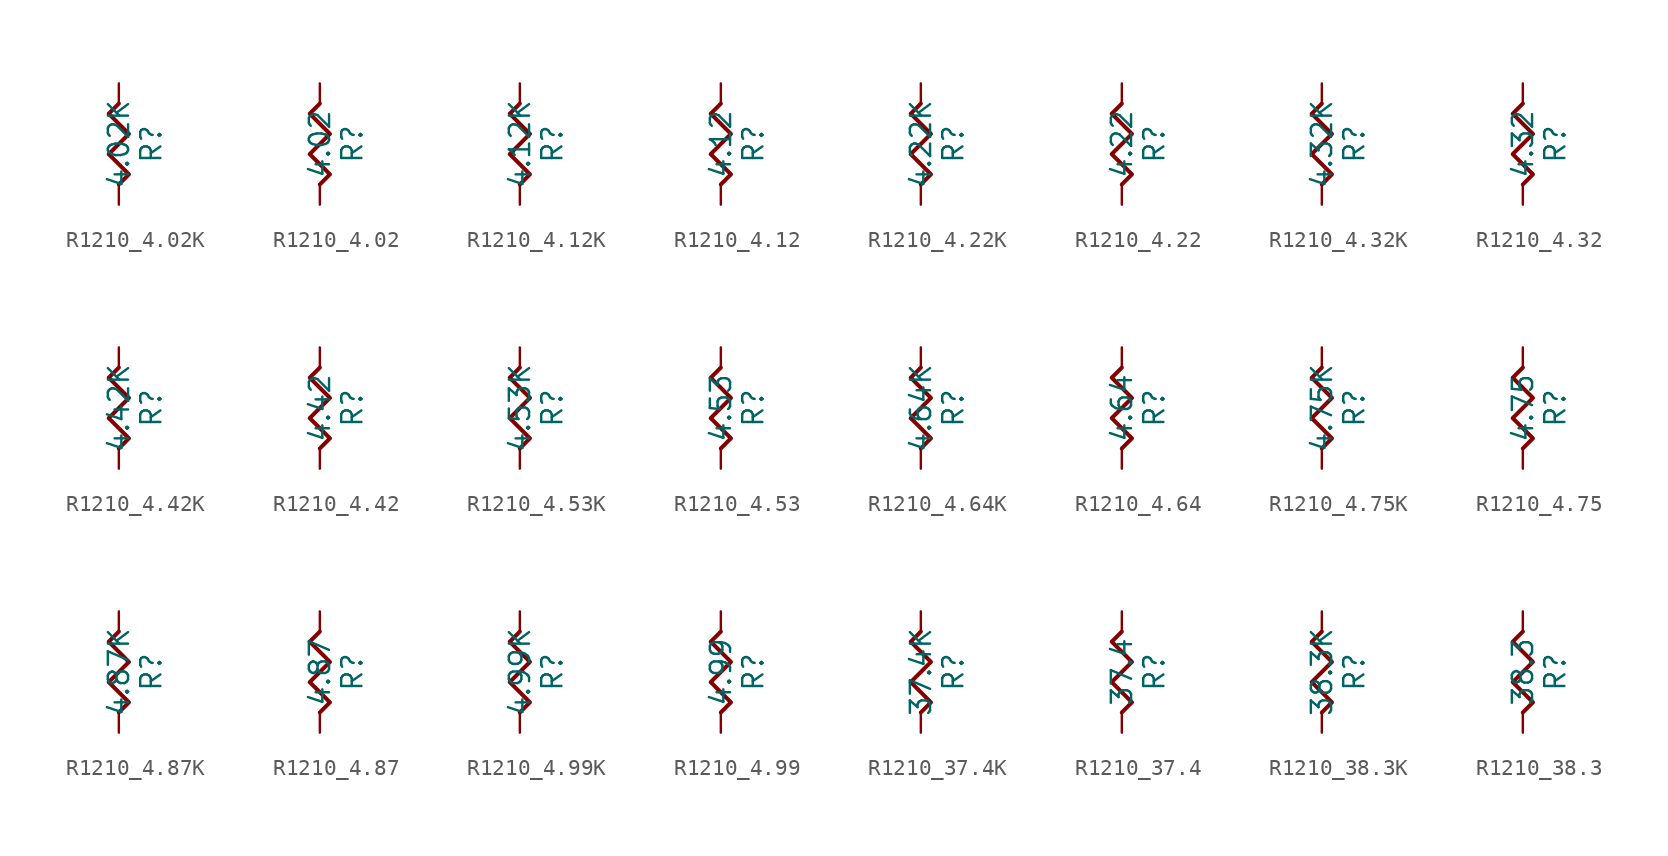
<source format=kicad_sym>
(kicad_symbol_lib
  (version 20211014)
  (generator atlantix-eda)
  (symbol "R1210_4.02K"
    (pin_numbers hide)
    (pin_names
      (offset 0))
    (property "Reference" "R"
      (at 2.032 0 90)
      (effects (font (size 1.27 1.27))))
    (property "Value" "4.02K"
      (at 0 0 90)
      (effects (font (size 1.27 1.27))))
    (symbol "R1210_4.02K_0_1"
      (polyline (pts (xy 0 -2.54) (xy 0.635 -1.905) (xy -0.635 -0.635) (xy 0.635 0.635) (xy -0.635 1.905) (xy 0 2.54)) (stroke (width 0.254) (type default) (color 0 0 0 0)) (fill (type none))))
    (symbol "R1210_4.02K_1_1"
      (pin passive line (at 0 3.81 270) (length 1.27) (name "~" (effects (font (size 1.27 1.27)))) (number "1" (effects (font (size 1.27 1.27)))))
      (pin passive line (at 0 -3.81 90) (length 1.27) (name "~" (effects (font (size 1.27 1.27)))) (number "2" (effects (font (size 1.27 1.27)))))))
  (symbol "R1210_4.02"
    (pin_numbers hide)
    (pin_names
      (offset 0))
    (property "Reference" "R"
      (at 2.032 0 90)
      (effects (font (size 1.27 1.27))))
    (property "Value" "4.02"
      (at 0 0 90)
      (effects (font (size 1.27 1.27))))
    (symbol "R1210_4.02_0_1"
      (polyline (pts (xy 0 -2.54) (xy 0.635 -1.905) (xy -0.635 -0.635) (xy 0.635 0.635) (xy -0.635 1.905) (xy 0 2.54)) (stroke (width 0.254) (type default) (color 0 0 0 0)) (fill (type none))))
    (symbol "R1210_4.02_1_1"
      (pin passive line (at 0 3.81 270) (length 1.27) (name "~" (effects (font (size 1.27 1.27)))) (number "1" (effects (font (size 1.27 1.27)))))
      (pin passive line (at 0 -3.81 90) (length 1.27) (name "~" (effects (font (size 1.27 1.27)))) (number "2" (effects (font (size 1.27 1.27)))))))
  (symbol "R1210_4.12K"
    (pin_numbers hide)
    (pin_names
      (offset 0))
    (property "Reference" "R"
      (at 2.032 0 90)
      (effects (font (size 1.27 1.27))))
    (property "Value" "4.12K"
      (at 0 0 90)
      (effects (font (size 1.27 1.27))))
    (symbol "R1210_4.12K_0_1"
      (polyline (pts (xy 0 -2.54) (xy 0.635 -1.905) (xy -0.635 -0.635) (xy 0.635 0.635) (xy -0.635 1.905) (xy 0 2.54)) (stroke (width 0.254) (type default) (color 0 0 0 0)) (fill (type none))))
    (symbol "R1210_4.12K_1_1"
      (pin passive line (at 0 3.81 270) (length 1.27) (name "~" (effects (font (size 1.27 1.27)))) (number "1" (effects (font (size 1.27 1.27)))))
      (pin passive line (at 0 -3.81 90) (length 1.27) (name "~" (effects (font (size 1.27 1.27)))) (number "2" (effects (font (size 1.27 1.27)))))))
  (symbol "R1210_4.12"
    (pin_numbers hide)
    (pin_names
      (offset 0))
    (property "Reference" "R"
      (at 2.032 0 90)
      (effects (font (size 1.27 1.27))))
    (property "Value" "4.12"
      (at 0 0 90)
      (effects (font (size 1.27 1.27))))
    (symbol "R1210_4.12_0_1"
      (polyline (pts (xy 0 -2.54) (xy 0.635 -1.905) (xy -0.635 -0.635) (xy 0.635 0.635) (xy -0.635 1.905) (xy 0 2.54)) (stroke (width 0.254) (type default) (color 0 0 0 0)) (fill (type none))))
    (symbol "R1210_4.12_1_1"
      (pin passive line (at 0 3.81 270) (length 1.27) (name "~" (effects (font (size 1.27 1.27)))) (number "1" (effects (font (size 1.27 1.27)))))
      (pin passive line (at 0 -3.81 90) (length 1.27) (name "~" (effects (font (size 1.27 1.27)))) (number "2" (effects (font (size 1.27 1.27)))))))
  (symbol "R1210_4.22K"
    (pin_numbers hide)
    (pin_names
      (offset 0))
    (property "Reference" "R"
      (at 2.032 0 90)
      (effects (font (size 1.27 1.27))))
    (property "Value" "4.22K"
      (at 0 0 90)
      (effects (font (size 1.27 1.27))))
    (symbol "R1210_4.22K_0_1"
      (polyline (pts (xy 0 -2.54) (xy 0.635 -1.905) (xy -0.635 -0.635) (xy 0.635 0.635) (xy -0.635 1.905) (xy 0 2.54)) (stroke (width 0.254) (type default) (color 0 0 0 0)) (fill (type none))))
    (symbol "R1210_4.22K_1_1"
      (pin passive line (at 0 3.81 270) (length 1.27) (name "~" (effects (font (size 1.27 1.27)))) (number "1" (effects (font (size 1.27 1.27)))))
      (pin passive line (at 0 -3.81 90) (length 1.27) (name "~" (effects (font (size 1.27 1.27)))) (number "2" (effects (font (size 1.27 1.27)))))))
  (symbol "R1210_4.22"
    (pin_numbers hide)
    (pin_names
      (offset 0))
    (property "Reference" "R"
      (at 2.032 0 90)
      (effects (font (size 1.27 1.27))))
    (property "Value" "4.22"
      (at 0 0 90)
      (effects (font (size 1.27 1.27))))
    (symbol "R1210_4.22_0_1"
      (polyline (pts (xy 0 -2.54) (xy 0.635 -1.905) (xy -0.635 -0.635) (xy 0.635 0.635) (xy -0.635 1.905) (xy 0 2.54)) (stroke (width 0.254) (type default) (color 0 0 0 0)) (fill (type none))))
    (symbol "R1210_4.22_1_1"
      (pin passive line (at 0 3.81 270) (length 1.27) (name "~" (effects (font (size 1.27 1.27)))) (number "1" (effects (font (size 1.27 1.27)))))
      (pin passive line (at 0 -3.81 90) (length 1.27) (name "~" (effects (font (size 1.27 1.27)))) (number "2" (effects (font (size 1.27 1.27)))))))
  (symbol "R1210_4.32K"
    (pin_numbers hide)
    (pin_names
      (offset 0))
    (property "Reference" "R"
      (at 2.032 0 90)
      (effects (font (size 1.27 1.27))))
    (property "Value" "4.32K"
      (at 0 0 90)
      (effects (font (size 1.27 1.27))))
    (symbol "R1210_4.32K_0_1"
      (polyline (pts (xy 0 -2.54) (xy 0.635 -1.905) (xy -0.635 -0.635) (xy 0.635 0.635) (xy -0.635 1.905) (xy 0 2.54)) (stroke (width 0.254) (type default) (color 0 0 0 0)) (fill (type none))))
    (symbol "R1210_4.32K_1_1"
      (pin passive line (at 0 3.81 270) (length 1.27) (name "~" (effects (font (size 1.27 1.27)))) (number "1" (effects (font (size 1.27 1.27)))))
      (pin passive line (at 0 -3.81 90) (length 1.27) (name "~" (effects (font (size 1.27 1.27)))) (number "2" (effects (font (size 1.27 1.27)))))))
  (symbol "R1210_4.32"
    (pin_numbers hide)
    (pin_names
      (offset 0))
    (property "Reference" "R"
      (at 2.032 0 90)
      (effects (font (size 1.27 1.27))))
    (property "Value" "4.32"
      (at 0 0 90)
      (effects (font (size 1.27 1.27))))
    (symbol "R1210_4.32_0_1"
      (polyline (pts (xy 0 -2.54) (xy 0.635 -1.905) (xy -0.635 -0.635) (xy 0.635 0.635) (xy -0.635 1.905) (xy 0 2.54)) (stroke (width 0.254) (type default) (color 0 0 0 0)) (fill (type none))))
    (symbol "R1210_4.32_1_1"
      (pin passive line (at 0 3.81 270) (length 1.27) (name "~" (effects (font (size 1.27 1.27)))) (number "1" (effects (font (size 1.27 1.27)))))
      (pin passive line (at 0 -3.81 90) (length 1.27) (name "~" (effects (font (size 1.27 1.27)))) (number "2" (effects (font (size 1.27 1.27)))))))
  (symbol "R1210_4.42K"
    (pin_numbers hide)
    (pin_names
      (offset 0))
    (property "Reference" "R"
      (at 2.032 0 90)
      (effects (font (size 1.27 1.27))))
    (property "Value" "4.42K"
      (at 0 0 90)
      (effects (font (size 1.27 1.27))))
    (symbol "R1210_4.42K_0_1"
      (polyline (pts (xy 0 -2.54) (xy 0.635 -1.905) (xy -0.635 -0.635) (xy 0.635 0.635) (xy -0.635 1.905) (xy 0 2.54)) (stroke (width 0.254) (type default) (color 0 0 0 0)) (fill (type none))))
    (symbol "R1210_4.42K_1_1"
      (pin passive line (at 0 3.81 270) (length 1.27) (name "~" (effects (font (size 1.27 1.27)))) (number "1" (effects (font (size 1.27 1.27)))))
      (pin passive line (at 0 -3.81 90) (length 1.27) (name "~" (effects (font (size 1.27 1.27)))) (number "2" (effects (font (size 1.27 1.27)))))))
  (symbol "R1210_4.42"
    (pin_numbers hide)
    (pin_names
      (offset 0))
    (property "Reference" "R"
      (at 2.032 0 90)
      (effects (font (size 1.27 1.27))))
    (property "Value" "4.42"
      (at 0 0 90)
      (effects (font (size 1.27 1.27))))
    (symbol "R1210_4.42_0_1"
      (polyline (pts (xy 0 -2.54) (xy 0.635 -1.905) (xy -0.635 -0.635) (xy 0.635 0.635) (xy -0.635 1.905) (xy 0 2.54)) (stroke (width 0.254) (type default) (color 0 0 0 0)) (fill (type none))))
    (symbol "R1210_4.42_1_1"
      (pin passive line (at 0 3.81 270) (length 1.27) (name "~" (effects (font (size 1.27 1.27)))) (number "1" (effects (font (size 1.27 1.27)))))
      (pin passive line (at 0 -3.81 90) (length 1.27) (name "~" (effects (font (size 1.27 1.27)))) (number "2" (effects (font (size 1.27 1.27)))))))
  (symbol "R1210_4.53K"
    (pin_numbers hide)
    (pin_names
      (offset 0))
    (property "Reference" "R"
      (at 2.032 0 90)
      (effects (font (size 1.27 1.27))))
    (property "Value" "4.53K"
      (at 0 0 90)
      (effects (font (size 1.27 1.27))))
    (symbol "R1210_4.53K_0_1"
      (polyline (pts (xy 0 -2.54) (xy 0.635 -1.905) (xy -0.635 -0.635) (xy 0.635 0.635) (xy -0.635 1.905) (xy 0 2.54)) (stroke (width 0.254) (type default) (color 0 0 0 0)) (fill (type none))))
    (symbol "R1210_4.53K_1_1"
      (pin passive line (at 0 3.81 270) (length 1.27) (name "~" (effects (font (size 1.27 1.27)))) (number "1" (effects (font (size 1.27 1.27)))))
      (pin passive line (at 0 -3.81 90) (length 1.27) (name "~" (effects (font (size 1.27 1.27)))) (number "2" (effects (font (size 1.27 1.27)))))))
  (symbol "R1210_4.53"
    (pin_numbers hide)
    (pin_names
      (offset 0))
    (property "Reference" "R"
      (at 2.032 0 90)
      (effects (font (size 1.27 1.27))))
    (property "Value" "4.53"
      (at 0 0 90)
      (effects (font (size 1.27 1.27))))
    (symbol "R1210_4.53_0_1"
      (polyline (pts (xy 0 -2.54) (xy 0.635 -1.905) (xy -0.635 -0.635) (xy 0.635 0.635) (xy -0.635 1.905) (xy 0 2.54)) (stroke (width 0.254) (type default) (color 0 0 0 0)) (fill (type none))))
    (symbol "R1210_4.53_1_1"
      (pin passive line (at 0 3.81 270) (length 1.27) (name "~" (effects (font (size 1.27 1.27)))) (number "1" (effects (font (size 1.27 1.27)))))
      (pin passive line (at 0 -3.81 90) (length 1.27) (name "~" (effects (font (size 1.27 1.27)))) (number "2" (effects (font (size 1.27 1.27)))))))
  (symbol "R1210_4.64K"
    (pin_numbers hide)
    (pin_names
      (offset 0))
    (property "Reference" "R"
      (at 2.032 0 90)
      (effects (font (size 1.27 1.27))))
    (property "Value" "4.64K"
      (at 0 0 90)
      (effects (font (size 1.27 1.27))))
    (symbol "R1210_4.64K_0_1"
      (polyline (pts (xy 0 -2.54) (xy 0.635 -1.905) (xy -0.635 -0.635) (xy 0.635 0.635) (xy -0.635 1.905) (xy 0 2.54)) (stroke (width 0.254) (type default) (color 0 0 0 0)) (fill (type none))))
    (symbol "R1210_4.64K_1_1"
      (pin passive line (at 0 3.81 270) (length 1.27) (name "~" (effects (font (size 1.27 1.27)))) (number "1" (effects (font (size 1.27 1.27)))))
      (pin passive line (at 0 -3.81 90) (length 1.27) (name "~" (effects (font (size 1.27 1.27)))) (number "2" (effects (font (size 1.27 1.27)))))))
  (symbol "R1210_4.64"
    (pin_numbers hide)
    (pin_names
      (offset 0))
    (property "Reference" "R"
      (at 2.032 0 90)
      (effects (font (size 1.27 1.27))))
    (property "Value" "4.64"
      (at 0 0 90)
      (effects (font (size 1.27 1.27))))
    (symbol "R1210_4.64_0_1"
      (polyline (pts (xy 0 -2.54) (xy 0.635 -1.905) (xy -0.635 -0.635) (xy 0.635 0.635) (xy -0.635 1.905) (xy 0 2.54)) (stroke (width 0.254) (type default) (color 0 0 0 0)) (fill (type none))))
    (symbol "R1210_4.64_1_1"
      (pin passive line (at 0 3.81 270) (length 1.27) (name "~" (effects (font (size 1.27 1.27)))) (number "1" (effects (font (size 1.27 1.27)))))
      (pin passive line (at 0 -3.81 90) (length 1.27) (name "~" (effects (font (size 1.27 1.27)))) (number "2" (effects (font (size 1.27 1.27)))))))
  (symbol "R1210_4.75K"
    (pin_numbers hide)
    (pin_names
      (offset 0))
    (property "Reference" "R"
      (at 2.032 0 90)
      (effects (font (size 1.27 1.27))))
    (property "Value" "4.75K"
      (at 0 0 90)
      (effects (font (size 1.27 1.27))))
    (symbol "R1210_4.75K_0_1"
      (polyline (pts (xy 0 -2.54) (xy 0.635 -1.905) (xy -0.635 -0.635) (xy 0.635 0.635) (xy -0.635 1.905) (xy 0 2.54)) (stroke (width 0.254) (type default) (color 0 0 0 0)) (fill (type none))))
    (symbol "R1210_4.75K_1_1"
      (pin passive line (at 0 3.81 270) (length 1.27) (name "~" (effects (font (size 1.27 1.27)))) (number "1" (effects (font (size 1.27 1.27)))))
      (pin passive line (at 0 -3.81 90) (length 1.27) (name "~" (effects (font (size 1.27 1.27)))) (number "2" (effects (font (size 1.27 1.27)))))))
  (symbol "R1210_4.75"
    (pin_numbers hide)
    (pin_names
      (offset 0))
    (property "Reference" "R"
      (at 2.032 0 90)
      (effects (font (size 1.27 1.27))))
    (property "Value" "4.75"
      (at 0 0 90)
      (effects (font (size 1.27 1.27))))
    (symbol "R1210_4.75_0_1"
      (polyline (pts (xy 0 -2.54) (xy 0.635 -1.905) (xy -0.635 -0.635) (xy 0.635 0.635) (xy -0.635 1.905) (xy 0 2.54)) (stroke (width 0.254) (type default) (color 0 0 0 0)) (fill (type none))))
    (symbol "R1210_4.75_1_1"
      (pin passive line (at 0 3.81 270) (length 1.27) (name "~" (effects (font (size 1.27 1.27)))) (number "1" (effects (font (size 1.27 1.27)))))
      (pin passive line (at 0 -3.81 90) (length 1.27) (name "~" (effects (font (size 1.27 1.27)))) (number "2" (effects (font (size 1.27 1.27)))))))
  (symbol "R1210_4.87K"
    (pin_numbers hide)
    (pin_names
      (offset 0))
    (property "Reference" "R"
      (at 2.032 0 90)
      (effects (font (size 1.27 1.27))))
    (property "Value" "4.87K"
      (at 0 0 90)
      (effects (font (size 1.27 1.27))))
    (symbol "R1210_4.87K_0_1"
      (polyline (pts (xy 0 -2.54) (xy 0.635 -1.905) (xy -0.635 -0.635) (xy 0.635 0.635) (xy -0.635 1.905) (xy 0 2.54)) (stroke (width 0.254) (type default) (color 0 0 0 0)) (fill (type none))))
    (symbol "R1210_4.87K_1_1"
      (pin passive line (at 0 3.81 270) (length 1.27) (name "~" (effects (font (size 1.27 1.27)))) (number "1" (effects (font (size 1.27 1.27)))))
      (pin passive line (at 0 -3.81 90) (length 1.27) (name "~" (effects (font (size 1.27 1.27)))) (number "2" (effects (font (size 1.27 1.27)))))))
  (symbol "R1210_4.87"
    (pin_numbers hide)
    (pin_names
      (offset 0))
    (property "Reference" "R"
      (at 2.032 0 90)
      (effects (font (size 1.27 1.27))))
    (property "Value" "4.87"
      (at 0 0 90)
      (effects (font (size 1.27 1.27))))
    (symbol "R1210_4.87_0_1"
      (polyline (pts (xy 0 -2.54) (xy 0.635 -1.905) (xy -0.635 -0.635) (xy 0.635 0.635) (xy -0.635 1.905) (xy 0 2.54)) (stroke (width 0.254) (type default) (color 0 0 0 0)) (fill (type none))))
    (symbol "R1210_4.87_1_1"
      (pin passive line (at 0 3.81 270) (length 1.27) (name "~" (effects (font (size 1.27 1.27)))) (number "1" (effects (font (size 1.27 1.27)))))
      (pin passive line (at 0 -3.81 90) (length 1.27) (name "~" (effects (font (size 1.27 1.27)))) (number "2" (effects (font (size 1.27 1.27)))))))
  (symbol "R1210_4.99K"
    (pin_numbers hide)
    (pin_names
      (offset 0))
    (property "Reference" "R"
      (at 2.032 0 90)
      (effects (font (size 1.27 1.27))))
    (property "Value" "4.99K"
      (at 0 0 90)
      (effects (font (size 1.27 1.27))))
    (symbol "R1210_4.99K_0_1"
      (polyline (pts (xy 0 -2.54) (xy 0.635 -1.905) (xy -0.635 -0.635) (xy 0.635 0.635) (xy -0.635 1.905) (xy 0 2.54)) (stroke (width 0.254) (type default) (color 0 0 0 0)) (fill (type none))))
    (symbol "R1210_4.99K_1_1"
      (pin passive line (at 0 3.81 270) (length 1.27) (name "~" (effects (font (size 1.27 1.27)))) (number "1" (effects (font (size 1.27 1.27)))))
      (pin passive line (at 0 -3.81 90) (length 1.27) (name "~" (effects (font (size 1.27 1.27)))) (number "2" (effects (font (size 1.27 1.27)))))))
  (symbol "R1210_4.99"
    (pin_numbers hide)
    (pin_names
      (offset 0))
    (property "Reference" "R"
      (at 2.032 0 90)
      (effects (font (size 1.27 1.27))))
    (property "Value" "4.99"
      (at 0 0 90)
      (effects (font (size 1.27 1.27))))
    (symbol "R1210_4.99_0_1"
      (polyline (pts (xy 0 -2.54) (xy 0.635 -1.905) (xy -0.635 -0.635) (xy 0.635 0.635) (xy -0.635 1.905) (xy 0 2.54)) (stroke (width 0.254) (type default) (color 0 0 0 0)) (fill (type none))))
    (symbol "R1210_4.99_1_1"
      (pin passive line (at 0 3.81 270) (length 1.27) (name "~" (effects (font (size 1.27 1.27)))) (number "1" (effects (font (size 1.27 1.27)))))
      (pin passive line (at 0 -3.81 90) (length 1.27) (name "~" (effects (font (size 1.27 1.27)))) (number "2" (effects (font (size 1.27 1.27)))))))
  (symbol "R1210_37.4K"
    (pin_numbers hide)
    (pin_names
      (offset 0))
    (property "Reference" "R"
      (at 2.032 0 90)
      (effects (font (size 1.27 1.27))))
    (property "Value" "37.4K"
      (at 0 0 90)
      (effects (font (size 1.27 1.27))))
    (symbol "R1210_37.4K_0_1"
      (polyline (pts (xy 0 -2.54) (xy 0.635 -1.905) (xy -0.635 -0.635) (xy 0.635 0.635) (xy -0.635 1.905) (xy 0 2.54)) (stroke (width 0.254) (type default) (color 0 0 0 0)) (fill (type none))))
    (symbol "R1210_37.4K_1_1"
      (pin passive line (at 0 3.81 270) (length 1.27) (name "~" (effects (font (size 1.27 1.27)))) (number "1" (effects (font (size 1.27 1.27)))))
      (pin passive line (at 0 -3.81 90) (length 1.27) (name "~" (effects (font (size 1.27 1.27)))) (number "2" (effects (font (size 1.27 1.27)))))))
  (symbol "R1210_37.4"
    (pin_numbers hide)
    (pin_names
      (offset 0))
    (property "Reference" "R"
      (at 2.032 0 90)
      (effects (font (size 1.27 1.27))))
    (property "Value" "37.4"
      (at 0 0 90)
      (effects (font (size 1.27 1.27))))
    (symbol "R1210_37.4_0_1"
      (polyline (pts (xy 0 -2.54) (xy 0.635 -1.905) (xy -0.635 -0.635) (xy 0.635 0.635) (xy -0.635 1.905) (xy 0 2.54)) (stroke (width 0.254) (type default) (color 0 0 0 0)) (fill (type none))))
    (symbol "R1210_37.4_1_1"
      (pin passive line (at 0 3.81 270) (length 1.27) (name "~" (effects (font (size 1.27 1.27)))) (number "1" (effects (font (size 1.27 1.27)))))
      (pin passive line (at 0 -3.81 90) (length 1.27) (name "~" (effects (font (size 1.27 1.27)))) (number "2" (effects (font (size 1.27 1.27)))))))
  (symbol "R1210_38.3K"
    (pin_numbers hide)
    (pin_names
      (offset 0))
    (property "Reference" "R"
      (at 2.032 0 90)
      (effects (font (size 1.27 1.27))))
    (property "Value" "38.3K"
      (at 0 0 90)
      (effects (font (size 1.27 1.27))))
    (symbol "R1210_38.3K_0_1"
      (polyline (pts (xy 0 -2.54) (xy 0.635 -1.905) (xy -0.635 -0.635) (xy 0.635 0.635) (xy -0.635 1.905) (xy 0 2.54)) (stroke (width 0.254) (type default) (color 0 0 0 0)) (fill (type none))))
    (symbol "R1210_38.3K_1_1"
      (pin passive line (at 0 3.81 270) (length 1.27) (name "~" (effects (font (size 1.27 1.27)))) (number "1" (effects (font (size 1.27 1.27)))))
      (pin passive line (at 0 -3.81 90) (length 1.27) (name "~" (effects (font (size 1.27 1.27)))) (number "2" (effects (font (size 1.27 1.27)))))))
  (symbol "R1210_38.3"
    (pin_numbers hide)
    (pin_names
      (offset 0))
    (property "Reference" "R"
      (at 2.032 0 90)
      (effects (font (size 1.27 1.27))))
    (property "Value" "38.3"
      (at 0 0 90)
      (effects (font (size 1.27 1.27))))
    (symbol "R1210_38.3_0_1"
      (polyline (pts (xy 0 -2.54) (xy 0.635 -1.905) (xy -0.635 -0.635) (xy 0.635 0.635) (xy -0.635 1.905) (xy 0 2.54)) (stroke (width 0.254) (type default) (color 0 0 0 0)) (fill (type none))))
    (symbol "R1210_38.3_1_1"
      (pin passive line (at 0 3.81 270) (length 1.27) (name "~" (effects (font (size 1.27 1.27)))) (number "1" (effects (font (size 1.27 1.27)))))
      (pin passive line (at 0 -3.81 90) (length 1.27) (name "~" (effects (font (size 1.27 1.27)))) (number "2" (effects (font (size 1.27 1.27))))))))
</source>
